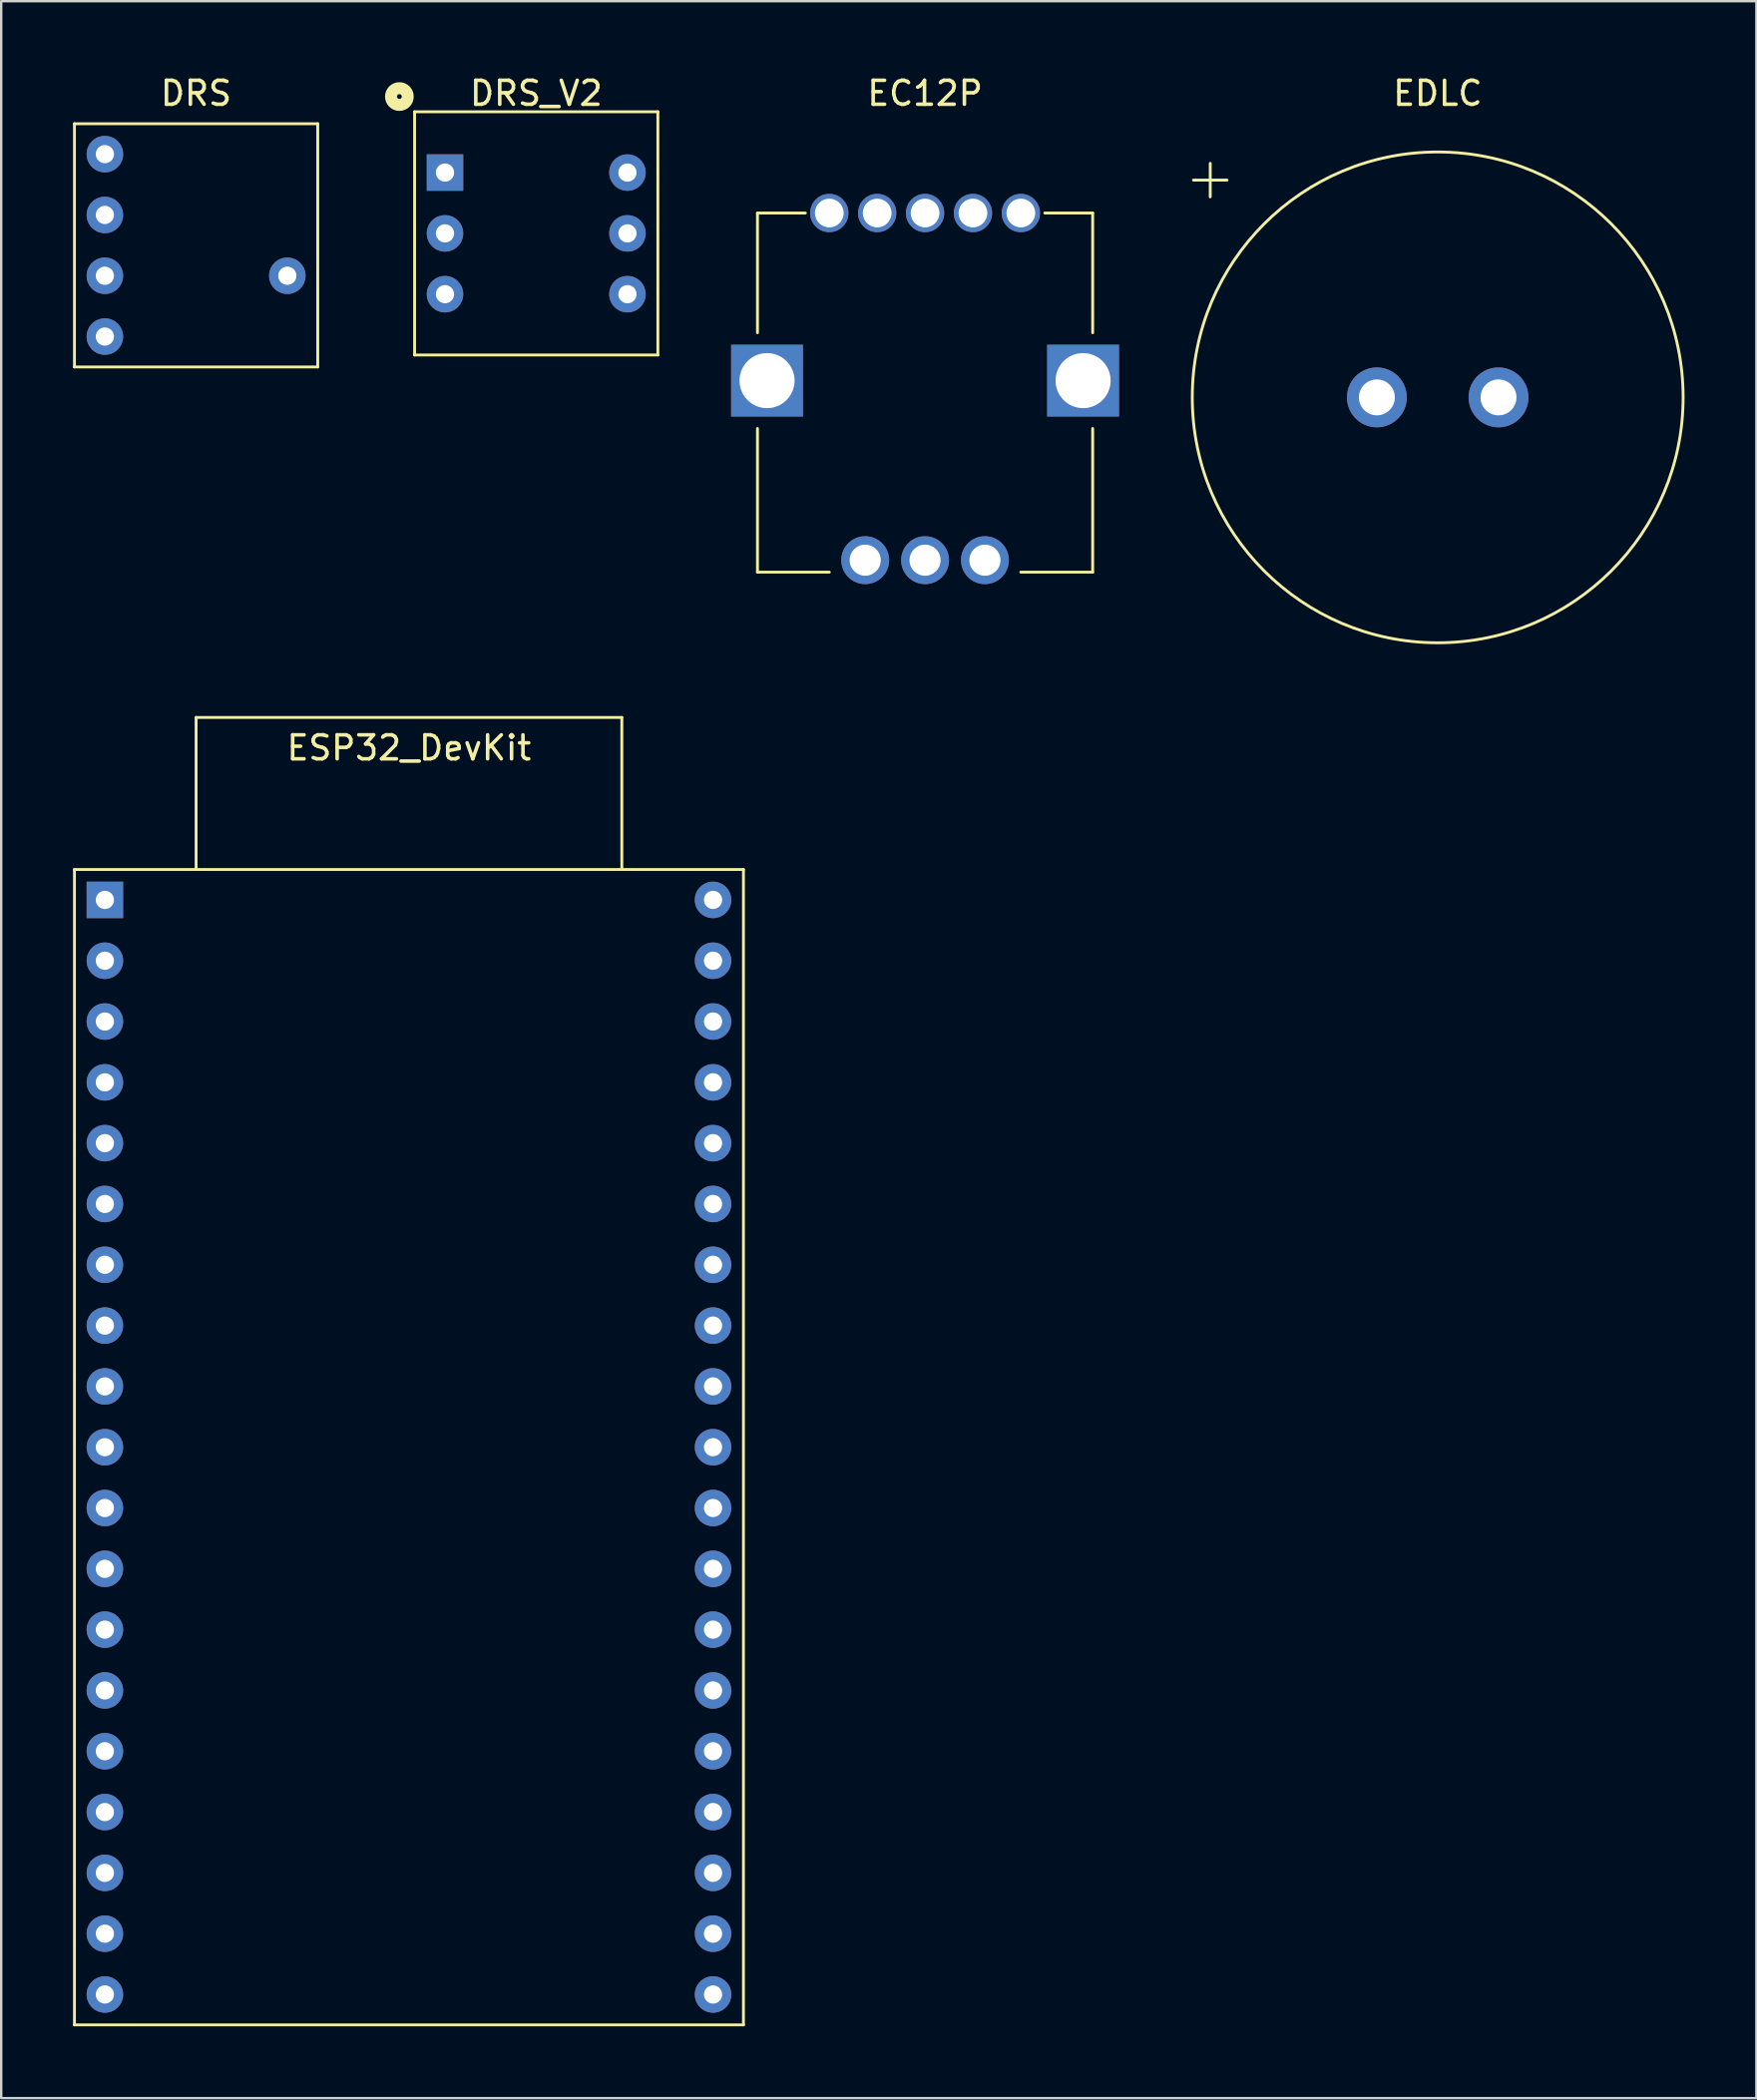
<source format=kicad_pcb>
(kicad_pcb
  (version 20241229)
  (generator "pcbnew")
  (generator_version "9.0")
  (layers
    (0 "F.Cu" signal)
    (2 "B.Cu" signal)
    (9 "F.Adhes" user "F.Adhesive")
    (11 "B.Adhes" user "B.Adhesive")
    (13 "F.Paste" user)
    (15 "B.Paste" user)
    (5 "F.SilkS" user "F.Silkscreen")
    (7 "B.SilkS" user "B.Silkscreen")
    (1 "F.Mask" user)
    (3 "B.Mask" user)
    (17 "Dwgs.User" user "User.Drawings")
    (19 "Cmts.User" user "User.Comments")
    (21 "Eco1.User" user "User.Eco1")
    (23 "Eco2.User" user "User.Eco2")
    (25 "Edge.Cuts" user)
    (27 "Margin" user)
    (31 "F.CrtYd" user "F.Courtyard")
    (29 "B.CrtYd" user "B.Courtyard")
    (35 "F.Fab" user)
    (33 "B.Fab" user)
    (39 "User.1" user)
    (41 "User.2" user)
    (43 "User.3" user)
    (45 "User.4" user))
  (footprint "DRS"
    (layer "F.Cu")
    (at 1.33 3.388)
    (property "Reference" "DRS" (at 3.81 -2.54 0) (layer "F.SilkS") (effects (font (size 1 1) (thickness 0.15))))
    (attr through_hole)
    (fp_line (start -1.27 -1.27) (end -1.27 8.89) (stroke (width 0.12) (type solid)) (layer "F.SilkS"))
    (fp_line (start -1.27 8.89) (end 8.89 8.89) (stroke (width 0.12) (type solid)) (layer "F.SilkS"))
    (fp_line (start 8.89 -1.27) (end -1.27 -1.27) (stroke (width 0.12) (type solid)) (layer "F.SilkS"))
    (fp_line (start 8.89 8.89) (end 8.89 -1.27) (stroke (width 0.12) (type solid)) (layer "F.SilkS"))
    (pad "1" thru_hole circle (at 0 0) (size 1.524 1.524) (drill 0.762) (layers "*.Cu" "*.Mask"))
    (pad "2" thru_hole circle (at 0 2.54) (size 1.524 1.524) (drill 0.762) (layers "*.Cu" "*.Mask"))
    (pad "3" thru_hole circle (at 0 5.08) (size 1.524 1.524) (drill 0.762) (layers "*.Cu" "*.Mask"))
    (pad "4" thru_hole circle (at 0 7.62) (size 1.524 1.524) (drill 0.762) (layers "*.Cu" "*.Mask"))
    (pad "C" thru_hole circle (at 7.62 5.08) (size 1.524 1.524) (drill 0.762) (layers "*.Cu" "*.Mask")))
  (footprint "EC12P"
    (layer "F.Cu")
    (at 35.585 5.848)
    (property "Reference" "EC12P" (at 0 -5 0) (layer "F.SilkS") (effects (font (size 1 1) (thickness 0.15))))
    (attr through_hole)
    (fp_line (start -7 0) (end -7 5) (stroke (width 0.12) (type solid)) (layer "F.SilkS"))
    (fp_line (start -7 9) (end -7 15) (stroke (width 0.12) (type solid)) (layer "F.SilkS"))
    (fp_line (start -7 15) (end -4 15) (stroke (width 0.12) (type solid)) (layer "F.SilkS"))
    (fp_line (start -5 0) (end -7 0) (stroke (width 0.12) (type solid)) (layer "F.SilkS"))
    (fp_line (start 7 0) (end 5 0) (stroke (width 0.12) (type solid)) (layer "F.SilkS"))
    (fp_line (start 7 5) (end 7 0) (stroke (width 0.12) (type solid)) (layer "F.SilkS"))
    (fp_line (start 7 9) (end 7 15) (stroke (width 0.12) (type solid)) (layer "F.SilkS"))
    (fp_line (start 7 15) (end 4 15) (stroke (width 0.12) (type solid)) (layer "F.SilkS"))
    (pad "" thru_hole rect (at -6.6 7) (size 3 3) (drill 2.3) (layers "*.Cu" "*.Mask"))
    (pad "" thru_hole rect (at 6.6 7) (size 3 3) (drill 2.3) (layers "*.Cu" "*.Mask"))
    (pad "1" thru_hole circle (at -4 0) (size 1.6 1.6) (drill 1.2) (layers "*.Cu" "*.Mask"))
    (pad "2" thru_hole circle (at -2 0) (size 1.6 1.6) (drill 1.2) (layers "*.Cu" "*.Mask"))
    (pad "3" thru_hole circle (at 0 0) (size 1.6 1.6) (drill 1.2) (layers "*.Cu" "*.Mask"))
    (pad "4" thru_hole circle (at 2 0) (size 1.6 1.6) (drill 1.2) (layers "*.Cu" "*.Mask"))
    (pad "5" thru_hole circle (at 4 0) (size 1.6 1.6) (drill 1.2) (layers "*.Cu" "*.Mask"))
    (pad "A" thru_hole circle (at -2.5 14.5) (size 2 2) (drill 1.3) (layers "*.Cu" "*.Mask"))
    (pad "B" thru_hole circle (at 2.5 14.5) (size 2 2) (drill 1.3) (layers "*.Cu" "*.Mask"))
    (pad "C" thru_hole circle (at 0 14.5) (size 2 2) (drill 1.3) (layers "*.Cu" "*.Mask")))
  (footprint "ESP32_DevKit"
    (layer "F.Cu")
    (at 14.03 34.538)
    (property "Reference" "ESP32_DevKit" (at 0 -6.35 0) (layer "F.SilkS") (effects (font (size 1 1) (thickness 0.15))))
    (attr through_hole)
    (fp_line (start -13.97 -1.27) (end -13.97 46.99) (stroke (width 0.12) (type solid)) (layer "F.SilkS"))
    (fp_line (start -13.97 46.99) (end 13.97 46.99) (stroke (width 0.12) (type solid)) (layer "F.SilkS"))
    (fp_line (start -8.89 -7.62) (end 8.89 -7.62) (stroke (width 0.12) (type solid)) (layer "F.SilkS"))
    (fp_line (start -8.89 -1.27) (end -8.89 -7.62) (stroke (width 0.12) (type solid)) (layer "F.SilkS"))
    (fp_line (start 8.89 -1.27) (end 8.89 -7.62) (stroke (width 0.12) (type solid)) (layer "F.SilkS"))
    (fp_line (start 13.97 -1.27) (end -13.97 -1.27) (stroke (width 0.12) (type solid)) (layer "F.SilkS"))
    (fp_line (start 13.97 46.99) (end 13.97 -1.27) (stroke (width 0.12) (type solid)) (layer "F.SilkS"))
    (pad "1" thru_hole rect (at -12.7 0) (size 1.524 1.524) (drill 0.762) (layers "*.Cu" "*.Mask"))
    (pad "2" thru_hole circle (at -12.7 2.54) (size 1.524 1.524) (drill 0.762) (layers "*.Cu" "*.Mask"))
    (pad "3" thru_hole circle (at -12.7 5.08) (size 1.524 1.524) (drill 0.762) (layers "*.Cu" "*.Mask"))
    (pad "4" thru_hole circle (at -12.7 7.62) (size 1.524 1.524) (drill 0.762) (layers "*.Cu" "*.Mask"))
    (pad "5" thru_hole circle (at -12.7 10.16) (size 1.524 1.524) (drill 0.762) (layers "*.Cu" "*.Mask"))
    (pad "6" thru_hole circle (at -12.7 12.7) (size 1.524 1.524) (drill 0.762) (layers "*.Cu" "*.Mask"))
    (pad "7" thru_hole circle (at -12.7 15.24) (size 1.524 1.524) (drill 0.762) (layers "*.Cu" "*.Mask"))
    (pad "8" thru_hole circle (at -12.7 17.78) (size 1.524 1.524) (drill 0.762) (layers "*.Cu" "*.Mask"))
    (pad "9" thru_hole circle (at -12.7 20.32) (size 1.524 1.524) (drill 0.762) (layers "*.Cu" "*.Mask"))
    (pad "10" thru_hole circle (at -12.7 22.86) (size 1.524 1.524) (drill 0.762) (layers "*.Cu" "*.Mask"))
    (pad "11" thru_hole circle (at -12.7 25.4) (size 1.524 1.524) (drill 0.762) (layers "*.Cu" "*.Mask"))
    (pad "12" thru_hole circle (at -12.7 27.94) (size 1.524 1.524) (drill 0.762) (layers "*.Cu" "*.Mask"))
    (pad "13" thru_hole circle (at -12.7 30.48) (size 1.524 1.524) (drill 0.762) (layers "*.Cu" "*.Mask"))
    (pad "14" thru_hole circle (at -12.7 33.02) (size 1.524 1.524) (drill 0.762) (layers "*.Cu" "*.Mask"))
    (pad "15" thru_hole circle (at -12.7 35.56) (size 1.524 1.524) (drill 0.762) (layers "*.Cu" "*.Mask"))
    (pad "16" thru_hole circle (at -12.7 38.1) (size 1.524 1.524) (drill 0.762) (layers "*.Cu" "*.Mask"))
    (pad "17" thru_hole circle (at -12.7 40.64) (size 1.524 1.524) (drill 0.762) (layers "*.Cu" "*.Mask"))
    (pad "18" thru_hole circle (at -12.7 43.18) (size 1.524 1.524) (drill 0.762) (layers "*.Cu" "*.Mask"))
    (pad "19" thru_hole circle (at -12.7 45.72) (size 1.524 1.524) (drill 0.762) (layers "*.Cu" "*.Mask"))
    (pad "20" thru_hole circle (at 12.7 45.72) (size 1.524 1.524) (drill 0.762) (layers "*.Cu" "*.Mask"))
    (pad "21" thru_hole circle (at 12.7 43.18) (size 1.524 1.524) (drill 0.762) (layers "*.Cu" "*.Mask"))
    (pad "22" thru_hole circle (at 12.7 40.64) (size 1.524 1.524) (drill 0.762) (layers "*.Cu" "*.Mask"))
    (pad "23" thru_hole circle (at 12.7 38.1) (size 1.524 1.524) (drill 0.762) (layers "*.Cu" "*.Mask"))
    (pad "24" thru_hole circle (at 12.7 35.56) (size 1.524 1.524) (drill 0.762) (layers "*.Cu" "*.Mask"))
    (pad "25" thru_hole circle (at 12.7 33.02) (size 1.524 1.524) (drill 0.762) (layers "*.Cu" "*.Mask"))
    (pad "26" thru_hole circle (at 12.7 30.48) (size 1.524 1.524) (drill 0.762) (layers "*.Cu" "*.Mask"))
    (pad "27" thru_hole circle (at 12.7 27.94) (size 1.524 1.524) (drill 0.762) (layers "*.Cu" "*.Mask"))
    (pad "28" thru_hole circle (at 12.7 25.4) (size 1.524 1.524) (drill 0.762) (layers "*.Cu" "*.Mask"))
    (pad "29" thru_hole circle (at 12.7 22.86) (size 1.524 1.524) (drill 0.762) (layers "*.Cu" "*.Mask"))
    (pad "30" thru_hole circle (at 12.7 20.32) (size 1.524 1.524) (drill 0.762) (layers "*.Cu" "*.Mask"))
    (pad "31" thru_hole circle (at 12.7 17.78) (size 1.524 1.524) (drill 0.762) (layers "*.Cu" "*.Mask"))
    (pad "32" thru_hole circle (at 12.7 15.24) (size 1.524 1.524) (drill 0.762) (layers "*.Cu" "*.Mask"))
    (pad "33" thru_hole circle (at 12.7 12.7) (size 1.524 1.524) (drill 0.762) (layers "*.Cu" "*.Mask"))
    (pad "34" thru_hole circle (at 12.7 10.16) (size 1.524 1.524) (drill 0.762) (layers "*.Cu" "*.Mask"))
    (pad "35" thru_hole circle (at 12.7 7.62) (size 1.524 1.524) (drill 0.762) (layers "*.Cu" "*.Mask"))
    (pad "36" thru_hole circle (at 12.7 5.08) (size 1.524 1.524) (drill 0.762) (layers "*.Cu" "*.Mask"))
    (pad "37" thru_hole circle (at 12.7 2.54) (size 1.524 1.524) (drill 0.762) (layers "*.Cu" "*.Mask"))
    (pad "38" thru_hole circle (at 12.7 0) (size 1.524 1.524) (drill 0.762) (layers "*.Cu" "*.Mask")))
  (footprint "DRS_V2"
    (layer "F.Cu")
    (at 15.535 4.158)
    (property "Reference" "DRS_V2" (at 3.81 -3.31 0) (layer "F.SilkS") (effects (font (size 1 1) (thickness 0.15))))
    (attr through_hole)
    (fp_line (start -1.27 -2.54) (end -1.27 7.62) (stroke (width 0.12) (type solid)) (layer "F.SilkS"))
    (fp_line (start -1.27 7.62) (end 8.89 7.62) (stroke (width 0.12) (type solid)) (layer "F.SilkS"))
    (fp_line (start 8.89 -2.54) (end -1.27 -2.54) (stroke (width 0.12) (type solid)) (layer "F.SilkS"))
    (fp_line (start 8.89 7.62) (end 8.89 -2.54) (stroke (width 0.12) (type solid)) (layer "F.SilkS"))
    (fp_circle (center -1.905 -3.175) (end -1.805 -3.175) (stroke (width 0.5) (type solid)) (fill no) (layer "F.SilkS"))
    (pad "1" thru_hole rect (at 0 0) (size 1.524 1.524) (drill 0.762) (layers "*.Cu" "*.Mask"))
    (pad "2" thru_hole circle (at 7.62 5.08) (size 1.524 1.524) (drill 0.762) (layers "*.Cu" "*.Mask"))
    (pad "4" thru_hole circle (at 0 5.08) (size 1.524 1.524) (drill 0.762) (layers "*.Cu" "*.Mask"))
    (pad "8" thru_hole circle (at 7.62 0) (size 1.524 1.524) (drill 0.762) (layers "*.Cu" "*.Mask"))
    (pad "C" thru_hole circle (at 0 2.54) (size 1.524 1.524) (drill 0.762) (layers "*.Cu" "*.Mask"))
    (pad "C" thru_hole circle (at 7.62 2.54) (size 1.524 1.524) (drill 0.762) (layers "*.Cu" "*.Mask")))
  (footprint "EDLC"
    (layer "F.Cu")
    (at 56.995 13.548)
    (property "Reference" "EDLC" (at 0 -12.7 0) (layer "F.SilkS") (effects (font (size 1 1) (thickness 0.15))))
    (attr through_hole)
    (fp_line (start -10.2 -9.075) (end -8.8 -9.075) (stroke (width 0.12) (type solid)) (layer "F.SilkS"))
    (fp_line (start -9.5 -9.775) (end -9.5 -8.375) (stroke (width 0.12) (type solid)) (layer "F.SilkS"))
    (fp_circle (center 0 0) (end 10.25 0) (stroke (width 0.12) (type solid)) (fill no) (layer "F.SilkS"))
    (pad "1" thru_hole circle (at -2.54 0) (size 2.5 2.5) (drill 1.5) (layers "*.Cu" "*.Mask"))
    (pad "2" thru_hole circle (at 2.54 0) (size 2.5 2.5) (drill 1.5) (layers "*.Cu" "*.Mask")))
  (gr_rect
    (start -3 -3)
    (end 70.305 84.588)
    (stroke (width 0.1) (type default))
    (fill no)
    (layer "Edge.Cuts")))
</source>
